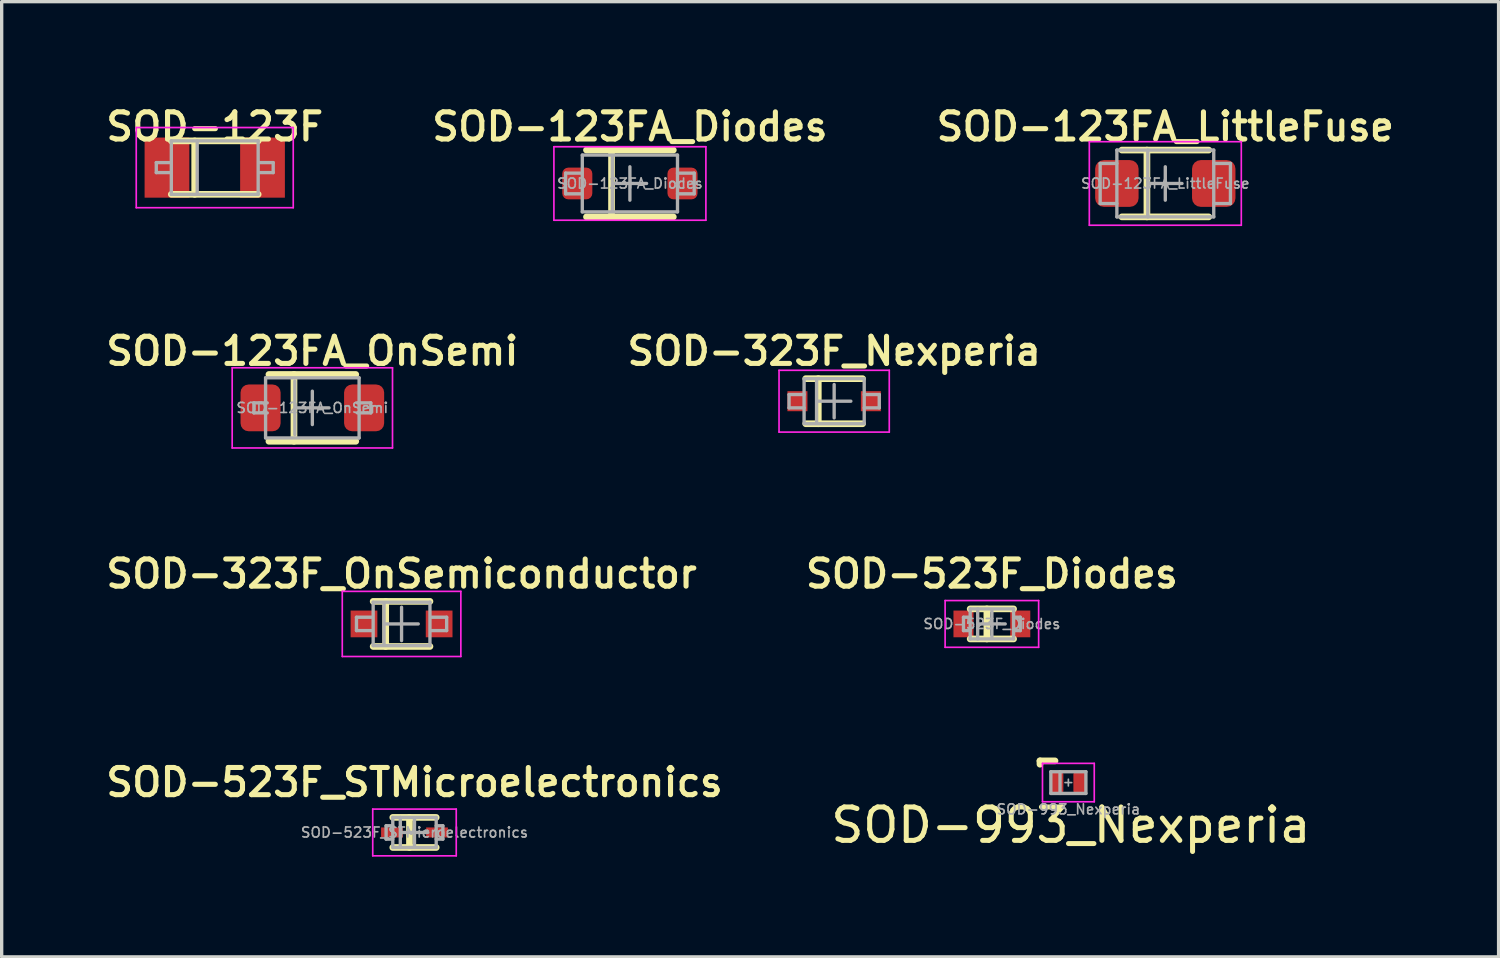
<source format=kicad_pcb>
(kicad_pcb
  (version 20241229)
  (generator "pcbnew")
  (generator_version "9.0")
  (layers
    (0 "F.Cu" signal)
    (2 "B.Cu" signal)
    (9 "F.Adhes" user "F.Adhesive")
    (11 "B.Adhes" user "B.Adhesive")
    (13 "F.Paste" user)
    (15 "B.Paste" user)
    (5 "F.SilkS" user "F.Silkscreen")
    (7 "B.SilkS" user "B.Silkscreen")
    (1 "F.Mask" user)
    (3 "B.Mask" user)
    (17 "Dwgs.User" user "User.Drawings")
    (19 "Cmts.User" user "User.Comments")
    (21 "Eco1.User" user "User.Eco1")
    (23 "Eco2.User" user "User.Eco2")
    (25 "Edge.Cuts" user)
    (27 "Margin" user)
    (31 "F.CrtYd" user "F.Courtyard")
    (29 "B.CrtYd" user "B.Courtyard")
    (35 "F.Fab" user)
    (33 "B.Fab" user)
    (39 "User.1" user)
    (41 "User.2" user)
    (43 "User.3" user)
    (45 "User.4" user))
  (footprint "SOD-123F"
    (layer "F.Cu")
    (at 3.379 1.968)
    (property "Reference" "SOD-123F" (at 0 -1.225 0) (layer "F.SilkS") (effects (font (size 0.813 0.813) (thickness 0.152))))
    (attr smd)
    (fp_line (start -1.3 -0.8) (end 1.3 -0.8) (stroke (width 0.2) (type solid)) (layer "F.SilkS"))
    (fp_line (start -1.3 0.8) (end 1.3 0.8) (stroke (width 0.2) (type solid)) (layer "F.SilkS"))
    (fp_line (start -0.6 -0.8) (end -0.6 0.8) (stroke (width 0.2) (type solid)) (layer "F.SilkS"))
    (fp_line (start -2.35 -1.2) (end -2.35 1.2) (stroke (width 0.05) (type solid)) (layer "F.CrtYd"))
    (fp_line (start -2.35 -1.2) (end 2.35 -1.2) (stroke (width 0.05) (type solid)) (layer "F.CrtYd"))
    (fp_line (start 2.35 -1.2) (end 2.35 1.2) (stroke (width 0.05) (type solid)) (layer "F.CrtYd"))
    (fp_line (start 2.35 1.2) (end -2.35 1.2) (stroke (width 0.05) (type solid)) (layer "F.CrtYd"))
    (fp_line (start -1.75 -0.15) (end -1.75 0.15) (stroke (width 0.1) (type solid)) (layer "F.Fab"))
    (fp_line (start -1.35 -0.15) (end -1.75 -0.15) (stroke (width 0.1) (type solid)) (layer "F.Fab"))
    (fp_line (start -1.35 0.15) (end -1.75 0.15) (stroke (width 0.1) (type solid)) (layer "F.Fab"))
    (fp_line (start -1.3 -0.8) (end 1.3 -0.8) (stroke (width 0.1) (type solid)) (layer "F.Fab"))
    (fp_line (start -1.3 0.8) (end -1.3 -0.8) (stroke (width 0.1) (type solid)) (layer "F.Fab"))
    (fp_line (start -0.525 -0.8) (end -0.525 0.8) (stroke (width 0.1) (type solid)) (layer "F.Fab"))
    (fp_line (start 1.3 -0.8) (end 1.3 0.8) (stroke (width 0.1) (type solid)) (layer "F.Fab"))
    (fp_line (start 1.3 0.8) (end -1.3 0.8) (stroke (width 0.1) (type solid)) (layer "F.Fab"))
    (fp_line (start 1.35 0.15) (end 1.75 0.15) (stroke (width 0.1) (type solid)) (layer "F.Fab"))
    (fp_line (start 1.75 -0.15) (end 1.35 -0.15) (stroke (width 0.1) (type solid)) (layer "F.Fab"))
    (fp_line (start 1.75 0.15) (end 1.75 -0.15) (stroke (width 0.1) (type solid)) (layer "F.Fab"))
    (pad "1" smd rect (at -1.43 0) (size 1.34 1.8) (layers "F.Cu" "F.Mask" "F.Paste"))
    (pad "2" smd rect (at 1.43 0) (size 1.34 1.8) (layers "F.Cu" "F.Mask" "F.Paste")))
  (footprint "SOD-323F_OnSemiconductor"
    (layer "F.Cu")
    (at 8.972 15.629)
    (property "Reference" "SOD-323F_OnSemiconductor" (at 0 -1.5 0) (layer "F.SilkS") (effects (font (size 0.813 0.813) (thickness 0.152))))
    (attr smd)
    (fp_line (start -0.85 0.675) (end 0.85 0.675) (stroke (width 0.2) (type solid)) (layer "F.SilkS"))
    (fp_line (start -0.475 -0.675) (end -0.475 0.675) (stroke (width 0.2) (type solid)) (layer "F.SilkS"))
    (fp_line (start 0.85 -0.675) (end -0.85 -0.675) (stroke (width 0.2) (type solid)) (layer "F.SilkS"))
    (fp_line (start -1.775 -0.975) (end 1.775 -0.975) (stroke (width 0.05) (type solid)) (layer "F.CrtYd"))
    (fp_line (start -1.775 0.975) (end -1.775 -0.975) (stroke (width 0.05) (type solid)) (layer "F.CrtYd"))
    (fp_line (start 1.775 -0.975) (end 1.775 0.975) (stroke (width 0.05) (type solid)) (layer "F.CrtYd"))
    (fp_line (start 1.775 0.975) (end -1.775 0.975) (stroke (width 0.05) (type solid)) (layer "F.CrtYd"))
    (fp_line (start -1.35 -0.2) (end -1.35 0.2) (stroke (width 0.1) (type solid)) (layer "F.Fab"))
    (fp_line (start -0.9 -0.2) (end -1.35 -0.2) (stroke (width 0.1) (type solid)) (layer "F.Fab"))
    (fp_line (start -0.9 0.2) (end -1.35 0.2) (stroke (width 0.1) (type solid)) (layer "F.Fab"))
    (fp_line (start -0.85 -0.65) (end -0.85 0.65) (stroke (width 0.1) (type solid)) (layer "F.Fab"))
    (fp_line (start -0.85 -0.65) (end 0.85 -0.65) (stroke (width 0.1) (type solid)) (layer "F.Fab"))
    (fp_line (start -0.525 -0.625) (end -0.525 0.625) (stroke (width 0.1) (type solid)) (layer "F.Fab"))
    (fp_line (start -0.5 0) (end 0.5 0) (stroke (width 0.1) (type solid)) (layer "F.Fab"))
    (fp_line (start 0 -0.5) (end 0 0.5) (stroke (width 0.1) (type solid)) (layer "F.Fab"))
    (fp_line (start 0.85 -0.65) (end 0.85 0.65) (stroke (width 0.1) (type solid)) (layer "F.Fab"))
    (fp_line (start 0.85 0.65) (end -0.85 0.65) (stroke (width 0.1) (type solid)) (layer "F.Fab"))
    (fp_line (start 0.9 0.2) (end 1.35 0.2) (stroke (width 0.1) (type solid)) (layer "F.Fab"))
    (fp_line (start 1.35 -0.2) (end 0.9 -0.2) (stroke (width 0.1) (type solid)) (layer "F.Fab"))
    (fp_line (start 1.35 0.2) (end 1.35 -0.2) (stroke (width 0.1) (type solid)) (layer "F.Fab"))
    (pad "1" smd rect (at -1.125 0) (size 0.8 0.8) (layers "F.Cu" "F.Mask" "F.Paste"))
    (pad "2" smd rect (at 1.125 0) (size 0.8 0.8) (layers "F.Cu" "F.Mask" "F.Paste")))
  (footprint "SOD-123FA_Diodes"
    (layer "F.Cu")
    (at 15.808 2.443)
    (property "Reference" "SOD-123FA_Diodes" (at 0 -1.7 0) (layer "F.SilkS") (effects (font (size 0.813 0.813) (thickness 0.152))))
    (attr smd)
    (fp_line (start -1.3 -1) (end 1.3 -1) (stroke (width 0.2) (type solid)) (layer "F.SilkS"))
    (fp_line (start -1.3 1) (end 1.3 1) (stroke (width 0.2) (type solid)) (layer "F.SilkS"))
    (fp_line (start -0.55 -1) (end -0.55 1) (stroke (width 0.2) (type solid)) (layer "F.SilkS"))
    (fp_line (start -2.275 -1.1) (end -2.275 1.1) (stroke (width 0.05) (type solid)) (layer "F.CrtYd"))
    (fp_line (start 2.275 -1.1) (end -2.275 -1.1) (stroke (width 0.05) (type solid)) (layer "F.CrtYd"))
    (fp_line (start 2.275 -1.1) (end 2.275 1.1) (stroke (width 0.05) (type solid)) (layer "F.CrtYd"))
    (fp_line (start 2.275 1.1) (end -2.275 1.1) (stroke (width 0.05) (type solid)) (layer "F.CrtYd"))
    (fp_line (start -1.925 0.31) (end -1.925 -0.31) (stroke (width 0.1) (type solid)) (layer "F.Fab"))
    (fp_line (start -1.425 -0.85) (end 1.425 -0.85) (stroke (width 0.1) (type solid)) (layer "F.Fab"))
    (fp_line (start -1.425 -0.31) (end -1.925 -0.31) (stroke (width 0.1) (type solid)) (layer "F.Fab"))
    (fp_line (start -1.425 0.31) (end -1.925 0.31) (stroke (width 0.1) (type solid)) (layer "F.Fab"))
    (fp_line (start -1.425 0.85) (end -1.425 -0.85) (stroke (width 0.1) (type solid)) (layer "F.Fab"))
    (fp_line (start -0.525 -0.8) (end -0.525 0.8) (stroke (width 0.1) (type solid)) (layer "F.Fab"))
    (fp_line (start -0.5 0) (end 0.5 0) (stroke (width 0.1) (type solid)) (layer "F.Fab"))
    (fp_line (start 0 -0.5) (end 0 0.5) (stroke (width 0.1) (type solid)) (layer "F.Fab"))
    (fp_line (start 1.425 0.31) (end 1.925 0.31) (stroke (width 0.1) (type solid)) (layer "F.Fab"))
    (fp_line (start 1.425 0.85) (end -1.425 0.85) (stroke (width 0.1) (type solid)) (layer "F.Fab"))
    (fp_line (start 1.425 0.85) (end 1.425 -0.85) (stroke (width 0.1) (type solid)) (layer "F.Fab"))
    (fp_line (start 1.925 -0.31) (end 1.425 -0.31) (stroke (width 0.1) (type solid)) (layer "F.Fab"))
    (fp_line (start 1.925 0.31) (end 1.925 -0.31) (stroke (width 0.1) (type solid)) (layer "F.Fab"))
    (fp_text user "${REFERENCE}" (at 0 0 0) (layer "F.Fab") (effects (font (size 0.3 0.3) (thickness 0.05))))
    (pad "1" smd roundrect (at -1.575 0) (size 0.9 0.95) (layers "F.Cu" "F.Mask" "F.Paste") (roundrect_rratio 0.2))
    (pad "2" smd roundrect (at 1.575 0) (size 0.9 0.95) (layers "F.Cu" "F.Mask" "F.Paste") (roundrect_rratio 0.2)))
  (footprint "SOD-993_Nexperia"
    (layer "F.Cu")
    (at 28.935 20.379)
    (property "Reference" "SOD-993_Nexperia" (at 0.075 1.275 0) (layer "F.SilkS") (effects (font (size 1 1) (thickness 0.15))))
    (attr through_hole)
    (fp_line (start -0.85 -0.65) (end -0.85 -0.55) (stroke (width 0.2) (type solid)) (layer "F.SilkS"))
    (fp_line (start -0.4 -0.65) (end -0.85 -0.65) (stroke (width 0.2) (type solid)) (layer "F.SilkS"))
    (fp_line (start -0.775 -0.575) (end 0.775 -0.575) (stroke (width 0.05) (type solid)) (layer "F.CrtYd"))
    (fp_line (start -0.775 0.575) (end -0.775 -0.575) (stroke (width 0.05) (type solid)) (layer "F.CrtYd"))
    (fp_line (start 0.775 -0.575) (end 0.775 0.575) (stroke (width 0.05) (type solid)) (layer "F.CrtYd"))
    (fp_line (start 0.775 0.575) (end -0.775 0.575) (stroke (width 0.05) (type solid)) (layer "F.CrtYd"))
    (fp_line (start -0.525 -0.325) (end -0.525 0.325) (stroke (width 0.1) (type solid)) (layer "F.Fab"))
    (fp_line (start -0.525 0.325) (end 0.525 0.325) (stroke (width 0.1) (type solid)) (layer "F.Fab"))
    (fp_line (start -0.25 -0.325) (end -0.25 0.325) (stroke (width 0.1) (type solid)) (layer "F.Fab"))
    (fp_line (start -0.1 0) (end 0.1 0) (stroke (width 0.05) (type solid)) (layer "F.Fab"))
    (fp_line (start 0 -0.1) (end 0 0.1) (stroke (width 0.05) (type solid)) (layer "F.Fab"))
    (fp_line (start 0.525 -0.325) (end -0.525 -0.325) (stroke (width 0.1) (type solid)) (layer "F.Fab"))
    (fp_line (start 0.525 0.325) (end 0.525 -0.325) (stroke (width 0.1) (type solid)) (layer "F.Fab"))
    (fp_text user "${REFERENCE}" (at 0 0.8 0) (layer "F.Fab") (effects (font (size 0.3 0.3) (thickness 0.05))))
    (pad "1" smd roundrect (at -0.325 0) (size 0.35 0.6) (layers "F.Cu" "F.Mask" "F.Paste") (roundrect_rratio 0.143))
    (pad "2" smd roundrect (at 0.325 0) (size 0.35 0.6) (layers "F.Cu" "F.Mask" "F.Paste") (roundrect_rratio 0.143)))
  (footprint "SOD-323F_Nexperia"
    (layer "F.Cu")
    (at 21.923 8.961)
    (property "Reference" "SOD-323F_Nexperia" (at 0 -1.5 0) (layer "F.SilkS") (effects (font (size 0.813 0.813) (thickness 0.152))))
    (attr smd)
    (fp_line (start -0.85 0.675) (end 0.85 0.675) (stroke (width 0.2) (type solid)) (layer "F.SilkS"))
    (fp_line (start -0.475 -0.675) (end -0.475 0.675) (stroke (width 0.2) (type solid)) (layer "F.SilkS"))
    (fp_line (start 0.85 -0.675) (end -0.85 -0.675) (stroke (width 0.2) (type solid)) (layer "F.SilkS"))
    (fp_line (start -1.65 -0.925) (end 1.65 -0.925) (stroke (width 0.05) (type solid)) (layer "F.CrtYd"))
    (fp_line (start -1.65 0.925) (end -1.65 -0.925) (stroke (width 0.05) (type solid)) (layer "F.CrtYd"))
    (fp_line (start 1.65 -0.925) (end 1.65 0.925) (stroke (width 0.05) (type solid)) (layer "F.CrtYd"))
    (fp_line (start 1.65 0.925) (end -1.65 0.925) (stroke (width 0.05) (type solid)) (layer "F.CrtYd"))
    (fp_line (start -1.35 -0.2) (end -1.35 0.2) (stroke (width 0.1) (type solid)) (layer "F.Fab"))
    (fp_line (start -0.9 -0.675) (end -0.9 0.675) (stroke (width 0.1) (type solid)) (layer "F.Fab"))
    (fp_line (start -0.9 -0.2) (end -1.35 -0.2) (stroke (width 0.1) (type solid)) (layer "F.Fab"))
    (fp_line (start -0.9 0.2) (end -1.35 0.2) (stroke (width 0.1) (type solid)) (layer "F.Fab"))
    (fp_line (start -0.85 -0.675) (end 0.85 -0.675) (stroke (width 0.1) (type solid)) (layer "F.Fab"))
    (fp_line (start -0.525 -0.625) (end -0.525 0.625) (stroke (width 0.1) (type solid)) (layer "F.Fab"))
    (fp_line (start -0.5 0) (end 0.5 0) (stroke (width 0.1) (type solid)) (layer "F.Fab"))
    (fp_line (start 0 -0.5) (end 0 0.5) (stroke (width 0.1) (type solid)) (layer "F.Fab"))
    (fp_line (start 0.85 0.675) (end -0.85 0.675) (stroke (width 0.1) (type solid)) (layer "F.Fab"))
    (fp_line (start 0.9 -0.675) (end 0.9 0.675) (stroke (width 0.1) (type solid)) (layer "F.Fab"))
    (fp_line (start 0.9 0.2) (end 1.35 0.2) (stroke (width 0.1) (type solid)) (layer "F.Fab"))
    (fp_line (start 1.35 -0.2) (end 0.9 -0.2) (stroke (width 0.1) (type solid)) (layer "F.Fab"))
    (fp_line (start 1.35 0.2) (end 1.35 -0.2) (stroke (width 0.1) (type solid)) (layer "F.Fab"))
    (pad "1" smd rect (at -1.1 0) (size 0.6 0.6) (layers "F.Cu" "F.Mask" "F.Paste"))
    (pad "2" smd rect (at 1.1 0) (size 0.6 0.6) (layers "F.Cu" "F.Mask" "F.Paste")))
  (footprint "SOD-523F_STMicroelectronics"
    (layer "F.Cu")
    (at 9.359 21.872)
    (property "Reference" "SOD-523F_STMicroelectronics" (at 0 -1.5 0) (layer "F.SilkS") (effects (font (size 0.813 0.813) (thickness 0.152))))
    (attr smd)
    (fp_line (start -0.65 0.45) (end 0.65 0.45) (stroke (width 0.2) (type solid)) (layer "F.SilkS"))
    (fp_line (start -0.15 -0.45) (end -0.15 0.45) (stroke (width 0.2) (type solid)) (layer "F.SilkS"))
    (fp_line (start 0.65 -0.45) (end -0.65 -0.45) (stroke (width 0.2) (type solid)) (layer "F.SilkS"))
    (fp_line (start -1.25 -0.7) (end 1.25 -0.7) (stroke (width 0.05) (type solid)) (layer "F.CrtYd"))
    (fp_line (start -1.25 0.7) (end -1.25 -0.7) (stroke (width 0.05) (type solid)) (layer "F.CrtYd"))
    (fp_line (start 1.25 -0.7) (end 1.25 0.7) (stroke (width 0.05) (type solid)) (layer "F.CrtYd"))
    (fp_line (start 1.25 0.7) (end -1.25 0.7) (stroke (width 0.05) (type solid)) (layer "F.CrtYd"))
    (fp_line (start -0.85 -0.2) (end -0.85 0.2) (stroke (width 0.1) (type solid)) (layer "F.Fab"))
    (fp_line (start -0.85 0.2) (end -0.65 0.2) (stroke (width 0.1) (type solid)) (layer "F.Fab"))
    (fp_line (start -0.65 -0.45) (end -0.65 0.45) (stroke (width 0.1) (type solid)) (layer "F.Fab"))
    (fp_line (start -0.65 -0.45) (end 0.65 -0.45) (stroke (width 0.1) (type solid)) (layer "F.Fab"))
    (fp_line (start -0.65 -0.2) (end -0.85 -0.2) (stroke (width 0.1) (type solid)) (layer "F.Fab"))
    (fp_line (start -0.425 -0.45) (end -0.425 0.45) (stroke (width 0.1) (type solid)) (layer "F.Fab"))
    (fp_line (start -0.4 0) (end 0.4 0) (stroke (width 0.1) (type solid)) (layer "F.Fab"))
    (fp_line (start 0 -0.4) (end 0 0.4) (stroke (width 0.1) (type solid)) (layer "F.Fab"))
    (fp_line (start 0.65 -0.45) (end 0.65 0.45) (stroke (width 0.1) (type solid)) (layer "F.Fab"))
    (fp_line (start 0.65 -0.2) (end 0.85 -0.2) (stroke (width 0.1) (type solid)) (layer "F.Fab"))
    (fp_line (start 0.65 0.2) (end 0.85 0.2) (stroke (width 0.1) (type solid)) (layer "F.Fab"))
    (fp_line (start 0.65 0.45) (end -0.65 0.45) (stroke (width 0.1) (type solid)) (layer "F.Fab"))
    (fp_line (start 0.85 0.2) (end 0.85 -0.2) (stroke (width 0.1) (type solid)) (layer "F.Fab"))
    (fp_text user "${REFERENCE}" (at 0 0 0) (layer "F.Fab") (effects (font (size 0.3 0.3) (thickness 0.05))))
    (pad "1" smd rect (at -0.675 0) (size 0.65 0.3) (layers "F.Cu" "F.Mask" "F.Paste"))
    (pad "2" smd rect (at 0.675 0) (size 0.65 0.3) (layers "F.Cu" "F.Mask" "F.Paste")))
  (footprint "SOD-123FA_OnSemi"
    (layer "F.Cu")
    (at 6.301 9.161)
    (property "Reference" "SOD-123FA_OnSemi" (at 0 -1.7 0) (layer "F.SilkS") (effects (font (size 0.813 0.813) (thickness 0.152))))
    (attr smd)
    (fp_line (start -1.3 -1) (end 1.3 -1) (stroke (width 0.2) (type solid)) (layer "F.SilkS"))
    (fp_line (start -1.3 1) (end 1.3 1) (stroke (width 0.2) (type solid)) (layer "F.SilkS"))
    (fp_line (start -0.55 -1) (end -0.55 1) (stroke (width 0.2) (type solid)) (layer "F.SilkS"))
    (fp_line (start -2.4 -1.2) (end -2.4 1.2) (stroke (width 0.05) (type solid)) (layer "F.CrtYd"))
    (fp_line (start -2.4 -1.2) (end 2.4 -1.2) (stroke (width 0.05) (type solid)) (layer "F.CrtYd"))
    (fp_line (start 2.4 -1.2) (end 2.4 1.2) (stroke (width 0.05) (type solid)) (layer "F.CrtYd"))
    (fp_line (start 2.4 1.2) (end -2.4 1.2) (stroke (width 0.05) (type solid)) (layer "F.CrtYd"))
    (fp_line (start -1.75 -0.15) (end -1.75 0.15) (stroke (width 0.1) (type solid)) (layer "F.Fab"))
    (fp_line (start -1.4 -0.9) (end 1.4 -0.9) (stroke (width 0.1) (type solid)) (layer "F.Fab"))
    (fp_line (start -1.4 0.9) (end -1.4 -0.9) (stroke (width 0.1) (type solid)) (layer "F.Fab"))
    (fp_line (start -1.35 -0.15) (end -1.75 -0.15) (stroke (width 0.1) (type solid)) (layer "F.Fab"))
    (fp_line (start -1.35 0.15) (end -1.75 0.15) (stroke (width 0.1) (type solid)) (layer "F.Fab"))
    (fp_line (start -0.525 -0.8) (end -0.525 0.8) (stroke (width 0.1) (type solid)) (layer "F.Fab"))
    (fp_line (start -0.5 0) (end 0.5 0) (stroke (width 0.1) (type solid)) (layer "F.Fab"))
    (fp_line (start 0 -0.5) (end 0 0.5) (stroke (width 0.1) (type solid)) (layer "F.Fab"))
    (fp_line (start 1.35 0.15) (end 1.75 0.15) (stroke (width 0.1) (type solid)) (layer "F.Fab"))
    (fp_line (start 1.4 -0.9) (end 1.4 0.9) (stroke (width 0.1) (type solid)) (layer "F.Fab"))
    (fp_line (start 1.4 0.9) (end -1.4 0.9) (stroke (width 0.1) (type solid)) (layer "F.Fab"))
    (fp_line (start 1.75 -0.15) (end 1.35 -0.15) (stroke (width 0.1) (type solid)) (layer "F.Fab"))
    (fp_line (start 1.75 0.15) (end 1.75 -0.15) (stroke (width 0.1) (type solid)) (layer "F.Fab"))
    (fp_text user "${REFERENCE}" (at 0 0 0) (layer "F.Fab") (effects (font (size 0.3 0.3) (thickness 0.05))))
    (pad "1" smd roundrect (at -1.55 0) (size 1.2 1.4) (layers "F.Cu" "F.Mask" "F.Paste") (roundrect_rratio 0.2))
    (pad "2" smd roundrect (at 1.55 0) (size 1.2 1.4) (layers "F.Cu" "F.Mask" "F.Paste") (roundrect_rratio 0.2)))
  (footprint "SOD-523F_Diodes"
    (layer "F.Cu")
    (at 26.645 15.629)
    (property "Reference" "SOD-523F_Diodes" (at 0 -1.5 0) (layer "F.SilkS") (effects (font (size 0.813 0.813) (thickness 0.152))))
    (attr smd)
    (fp_line (start -0.65 0.45) (end 0.65 0.45) (stroke (width 0.2) (type solid)) (layer "F.SilkS"))
    (fp_line (start -0.15 -0.45) (end -0.15 0.45) (stroke (width 0.2) (type solid)) (layer "F.SilkS"))
    (fp_line (start 0.65 -0.45) (end -0.65 -0.45) (stroke (width 0.2) (type solid)) (layer "F.SilkS"))
    (fp_line (start -1.4 -0.7) (end 1.4 -0.7) (stroke (width 0.05) (type solid)) (layer "F.CrtYd"))
    (fp_line (start -1.4 0.7) (end -1.4 -0.7) (stroke (width 0.05) (type solid)) (layer "F.CrtYd"))
    (fp_line (start 1.4 -0.7) (end 1.4 0.7) (stroke (width 0.05) (type solid)) (layer "F.CrtYd"))
    (fp_line (start 1.4 0.7) (end -1.4 0.7) (stroke (width 0.05) (type solid)) (layer "F.CrtYd"))
    (fp_line (start -0.85 -0.2) (end -0.85 0.2) (stroke (width 0.1) (type solid)) (layer "F.Fab"))
    (fp_line (start -0.85 0.2) (end -0.65 0.2) (stroke (width 0.1) (type solid)) (layer "F.Fab"))
    (fp_line (start -0.65 -0.45) (end -0.65 0.45) (stroke (width 0.1) (type solid)) (layer "F.Fab"))
    (fp_line (start -0.65 -0.45) (end 0.65 -0.45) (stroke (width 0.1) (type solid)) (layer "F.Fab"))
    (fp_line (start -0.65 -0.2) (end -0.85 -0.2) (stroke (width 0.1) (type solid)) (layer "F.Fab"))
    (fp_line (start -0.425 -0.45) (end -0.425 0.45) (stroke (width 0.1) (type solid)) (layer "F.Fab"))
    (fp_line (start -0.4 0) (end 0.4 0) (stroke (width 0.1) (type solid)) (layer "F.Fab"))
    (fp_line (start 0 -0.4) (end 0 0.4) (stroke (width 0.1) (type solid)) (layer "F.Fab"))
    (fp_line (start 0.65 -0.45) (end 0.65 0.45) (stroke (width 0.1) (type solid)) (layer "F.Fab"))
    (fp_line (start 0.65 -0.2) (end 0.85 -0.2) (stroke (width 0.1) (type solid)) (layer "F.Fab"))
    (fp_line (start 0.65 0.2) (end 0.85 0.2) (stroke (width 0.1) (type solid)) (layer "F.Fab"))
    (fp_line (start 0.65 0.45) (end -0.65 0.45) (stroke (width 0.1) (type solid)) (layer "F.Fab"))
    (fp_line (start 0.85 0.2) (end 0.85 -0.2) (stroke (width 0.1) (type solid)) (layer "F.Fab"))
    (fp_text user "${REFERENCE}" (at 0 0 0) (layer "F.Fab") (effects (font (size 0.3 0.3) (thickness 0.05))))
    (pad "1" smd rect (at -0.85 0) (size 0.6 0.8) (layers "F.Cu" "F.Mask" "F.Paste"))
    (pad "2" smd rect (at 0.85 0) (size 0.6 0.8) (layers "F.Cu" "F.Mask" "F.Paste")))
  (footprint "SOD-123FA_LittleFuse"
    (layer "F.Cu")
    (at 31.837 2.443)
    (property "Reference" "SOD-123FA_LittleFuse" (at 0 -1.7 0) (layer "F.SilkS") (effects (font (size 0.813 0.813) (thickness 0.152))))
    (attr smd)
    (fp_line (start -1.3 -1) (end 1.3 -1) (stroke (width 0.2) (type solid)) (layer "F.SilkS"))
    (fp_line (start -1.3 1) (end 1.3 1) (stroke (width 0.2) (type solid)) (layer "F.SilkS"))
    (fp_line (start -0.55 -1) (end -0.55 1) (stroke (width 0.2) (type solid)) (layer "F.SilkS"))
    (fp_line (start -2.275 -1.25) (end -2.275 1.25) (stroke (width 0.05) (type solid)) (layer "F.CrtYd"))
    (fp_line (start 2.275 -1.25) (end -2.275 -1.25) (stroke (width 0.05) (type solid)) (layer "F.CrtYd"))
    (fp_line (start 2.275 -1.25) (end 2.275 1.25) (stroke (width 0.05) (type solid)) (layer "F.CrtYd"))
    (fp_line (start 2.275 1.25) (end -2.275 1.25) (stroke (width 0.05) (type solid)) (layer "F.CrtYd"))
    (fp_line (start -1.95 0.6) (end -1.95 -0.6) (stroke (width 0.1) (type solid)) (layer "F.Fab"))
    (fp_line (start -1.45 -1) (end 1.45 -1) (stroke (width 0.1) (type solid)) (layer "F.Fab"))
    (fp_line (start -1.45 -0.6) (end -1.95 -0.6) (stroke (width 0.1) (type solid)) (layer "F.Fab"))
    (fp_line (start -1.45 0.6) (end -1.95 0.6) (stroke (width 0.1) (type solid)) (layer "F.Fab"))
    (fp_line (start -1.45 1) (end -1.45 -1) (stroke (width 0.1) (type solid)) (layer "F.Fab"))
    (fp_line (start -0.525 -1) (end -0.525 1) (stroke (width 0.1) (type solid)) (layer "F.Fab"))
    (fp_line (start -0.5 0) (end 0.5 0) (stroke (width 0.1) (type solid)) (layer "F.Fab"))
    (fp_line (start 0 -0.5) (end 0 0.5) (stroke (width 0.1) (type solid)) (layer "F.Fab"))
    (fp_line (start 1.45 0.6) (end 1.95 0.6) (stroke (width 0.1) (type solid)) (layer "F.Fab"))
    (fp_line (start 1.45 1) (end -1.45 1) (stroke (width 0.1) (type solid)) (layer "F.Fab"))
    (fp_line (start 1.45 1) (end 1.45 -1) (stroke (width 0.1) (type solid)) (layer "F.Fab"))
    (fp_line (start 1.95 -0.6) (end 1.45 -0.6) (stroke (width 0.1) (type solid)) (layer "F.Fab"))
    (fp_line (start 1.95 0.6) (end 1.95 -0.6) (stroke (width 0.1) (type solid)) (layer "F.Fab"))
    (fp_text user "${REFERENCE}" (at 0 0 0) (layer "F.Fab") (effects (font (size 0.3 0.3) (thickness 0.05))))
    (pad "1" smd roundrect (at -1.45 0) (size 1.3 1.4) (layers "F.Cu" "F.Mask" "F.Paste") (roundrect_rratio 0.2))
    (pad "2" smd roundrect (at 1.45 0) (size 1.3 1.4) (layers "F.Cu" "F.Mask" "F.Paste") (roundrect_rratio 0.2)))
  (gr_rect
    (start -3 -3)
    (end 41.815 25.597)
    (stroke (width 0.1) (type default))
    (fill no)
    (layer "Edge.Cuts")))
</source>
